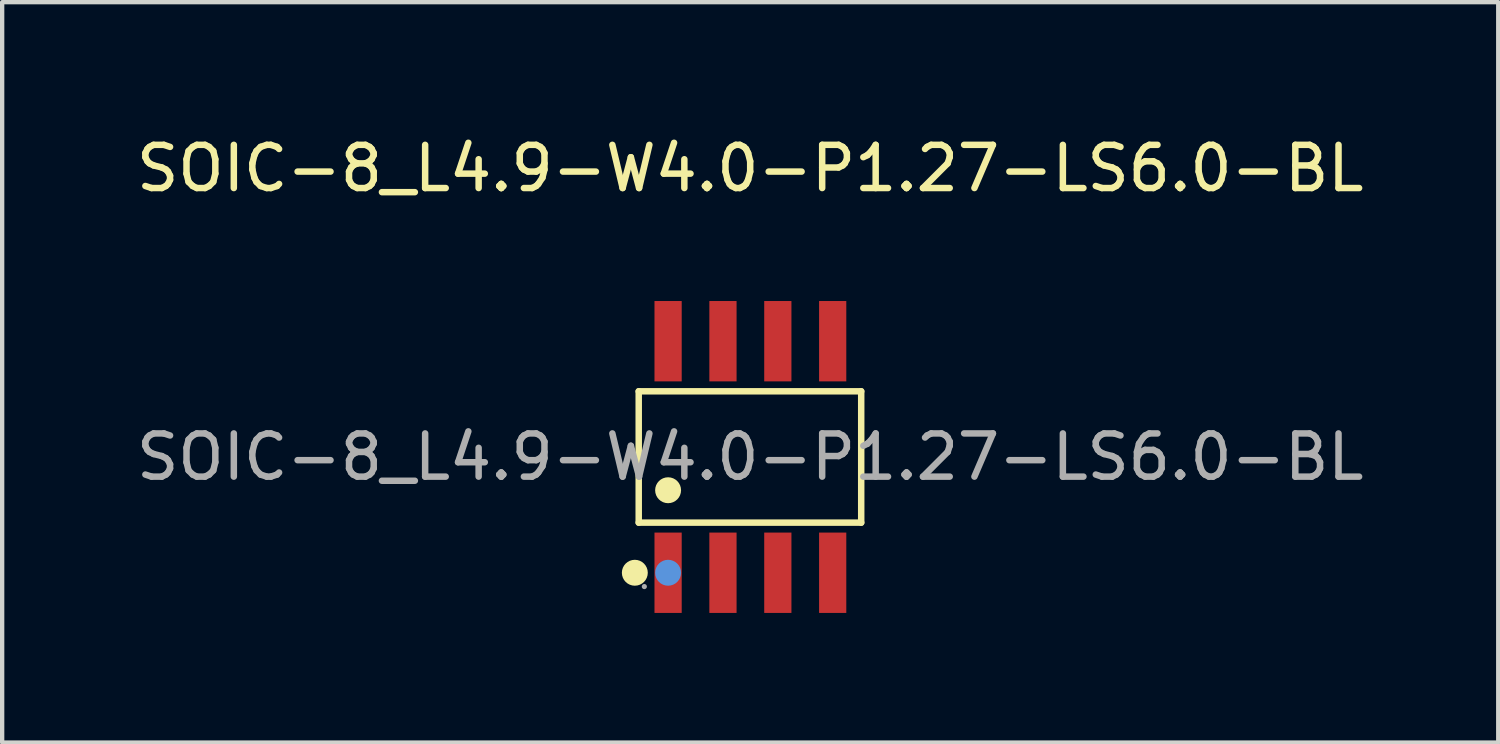
<source format=kicad_pcb>
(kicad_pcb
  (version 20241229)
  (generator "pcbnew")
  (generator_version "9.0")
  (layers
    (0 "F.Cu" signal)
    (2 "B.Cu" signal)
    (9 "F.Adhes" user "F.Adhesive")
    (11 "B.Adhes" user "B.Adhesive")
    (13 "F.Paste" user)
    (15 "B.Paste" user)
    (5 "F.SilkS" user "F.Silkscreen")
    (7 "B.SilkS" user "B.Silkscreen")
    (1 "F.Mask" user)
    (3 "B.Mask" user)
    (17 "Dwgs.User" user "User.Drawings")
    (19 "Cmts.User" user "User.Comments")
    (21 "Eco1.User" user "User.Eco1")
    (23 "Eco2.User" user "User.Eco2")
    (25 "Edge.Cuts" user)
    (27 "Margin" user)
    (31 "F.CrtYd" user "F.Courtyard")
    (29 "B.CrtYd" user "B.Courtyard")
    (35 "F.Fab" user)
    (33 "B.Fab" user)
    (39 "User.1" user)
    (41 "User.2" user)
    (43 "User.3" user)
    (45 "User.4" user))
  (footprint "SOIC-8_L4.9-W4.0-P1.27-LS6.0-BL"
    (layer "F.Cu")
    (at 14.315 7.528)
    (property "Reference" "SOIC-8_L4.9-W4.0-P1.27-LS6.0-BL" (at 0 -6.68 0) (layer "F.SilkS") (effects (font (size 1 1) (thickness 0.15))))
    (attr through_hole)
    (fp_line (start -2.58 -1.52) (end 2.57 -1.52) (stroke (width 0.15) (type solid)) (layer "F.SilkS"))
    (fp_line (start -2.58 1.52) (end -2.58 -1.52) (stroke (width 0.15) (type solid)) (layer "F.SilkS"))
    (fp_line (start 2.57 -1.52) (end 2.57 1.52) (stroke (width 0.15) (type solid)) (layer "F.SilkS"))
    (fp_line (start 2.57 1.52) (end -2.58 1.52) (stroke (width 0.15) (type solid)) (layer "F.SilkS"))
    (fp_circle (center -2.67 2.68) (end -2.52 2.68) (stroke (width 0.3) (type solid)) (fill no) (layer "F.SilkS"))
    (fp_circle (center -1.9 0.77) (end -1.75 0.77) (stroke (width 0.3) (type solid)) (fill no) (layer "F.SilkS"))
    (fp_circle (center -1.9 2.68) (end -1.75 2.68) (stroke (width 0.3) (type solid)) (fill no) (layer "Cmts.User"))
    (fp_circle (center -2.45 3) (end -2.42 3) (stroke (width 0.06) (type solid)) (fill no) (layer "F.Fab"))
    (fp_text user "${REFERENCE}" (at 0 0 0) (layer "F.Fab") (effects (font (size 1 1) (thickness 0.15))))
    (pad "1" smd rect (at -1.9 2.68) (size 0.63 1.86) (layers "F.Cu" "F.Mask" "F.Paste"))
    (pad "2" smd rect (at -0.63 2.68) (size 0.63 1.86) (layers "F.Cu" "F.Mask" "F.Paste"))
    (pad "3" smd rect (at 0.64 2.68) (size 0.63 1.86) (layers "F.Cu" "F.Mask" "F.Paste"))
    (pad "4" smd rect (at 1.91 2.68) (size 0.63 1.86) (layers "F.Cu" "F.Mask" "F.Paste"))
    (pad "5" smd rect (at 1.91 -2.68) (size 0.63 1.86) (layers "F.Cu" "F.Mask" "F.Paste"))
    (pad "6" smd rect (at 0.64 -2.68) (size 0.63 1.86) (layers "F.Cu" "F.Mask" "F.Paste"))
    (pad "7" smd rect (at -0.63 -2.68) (size 0.63 1.86) (layers "F.Cu" "F.Mask" "F.Paste"))
    (pad "8" smd rect (at -1.9 -2.68) (size 0.63 1.86) (layers "F.Cu" "F.Mask" "F.Paste")))
  (gr_rect
    (start -3 -3)
    (end 31.631 14.138)
    (stroke (width 0.1) (type default))
    (fill no)
    (layer "Edge.Cuts")))
</source>
